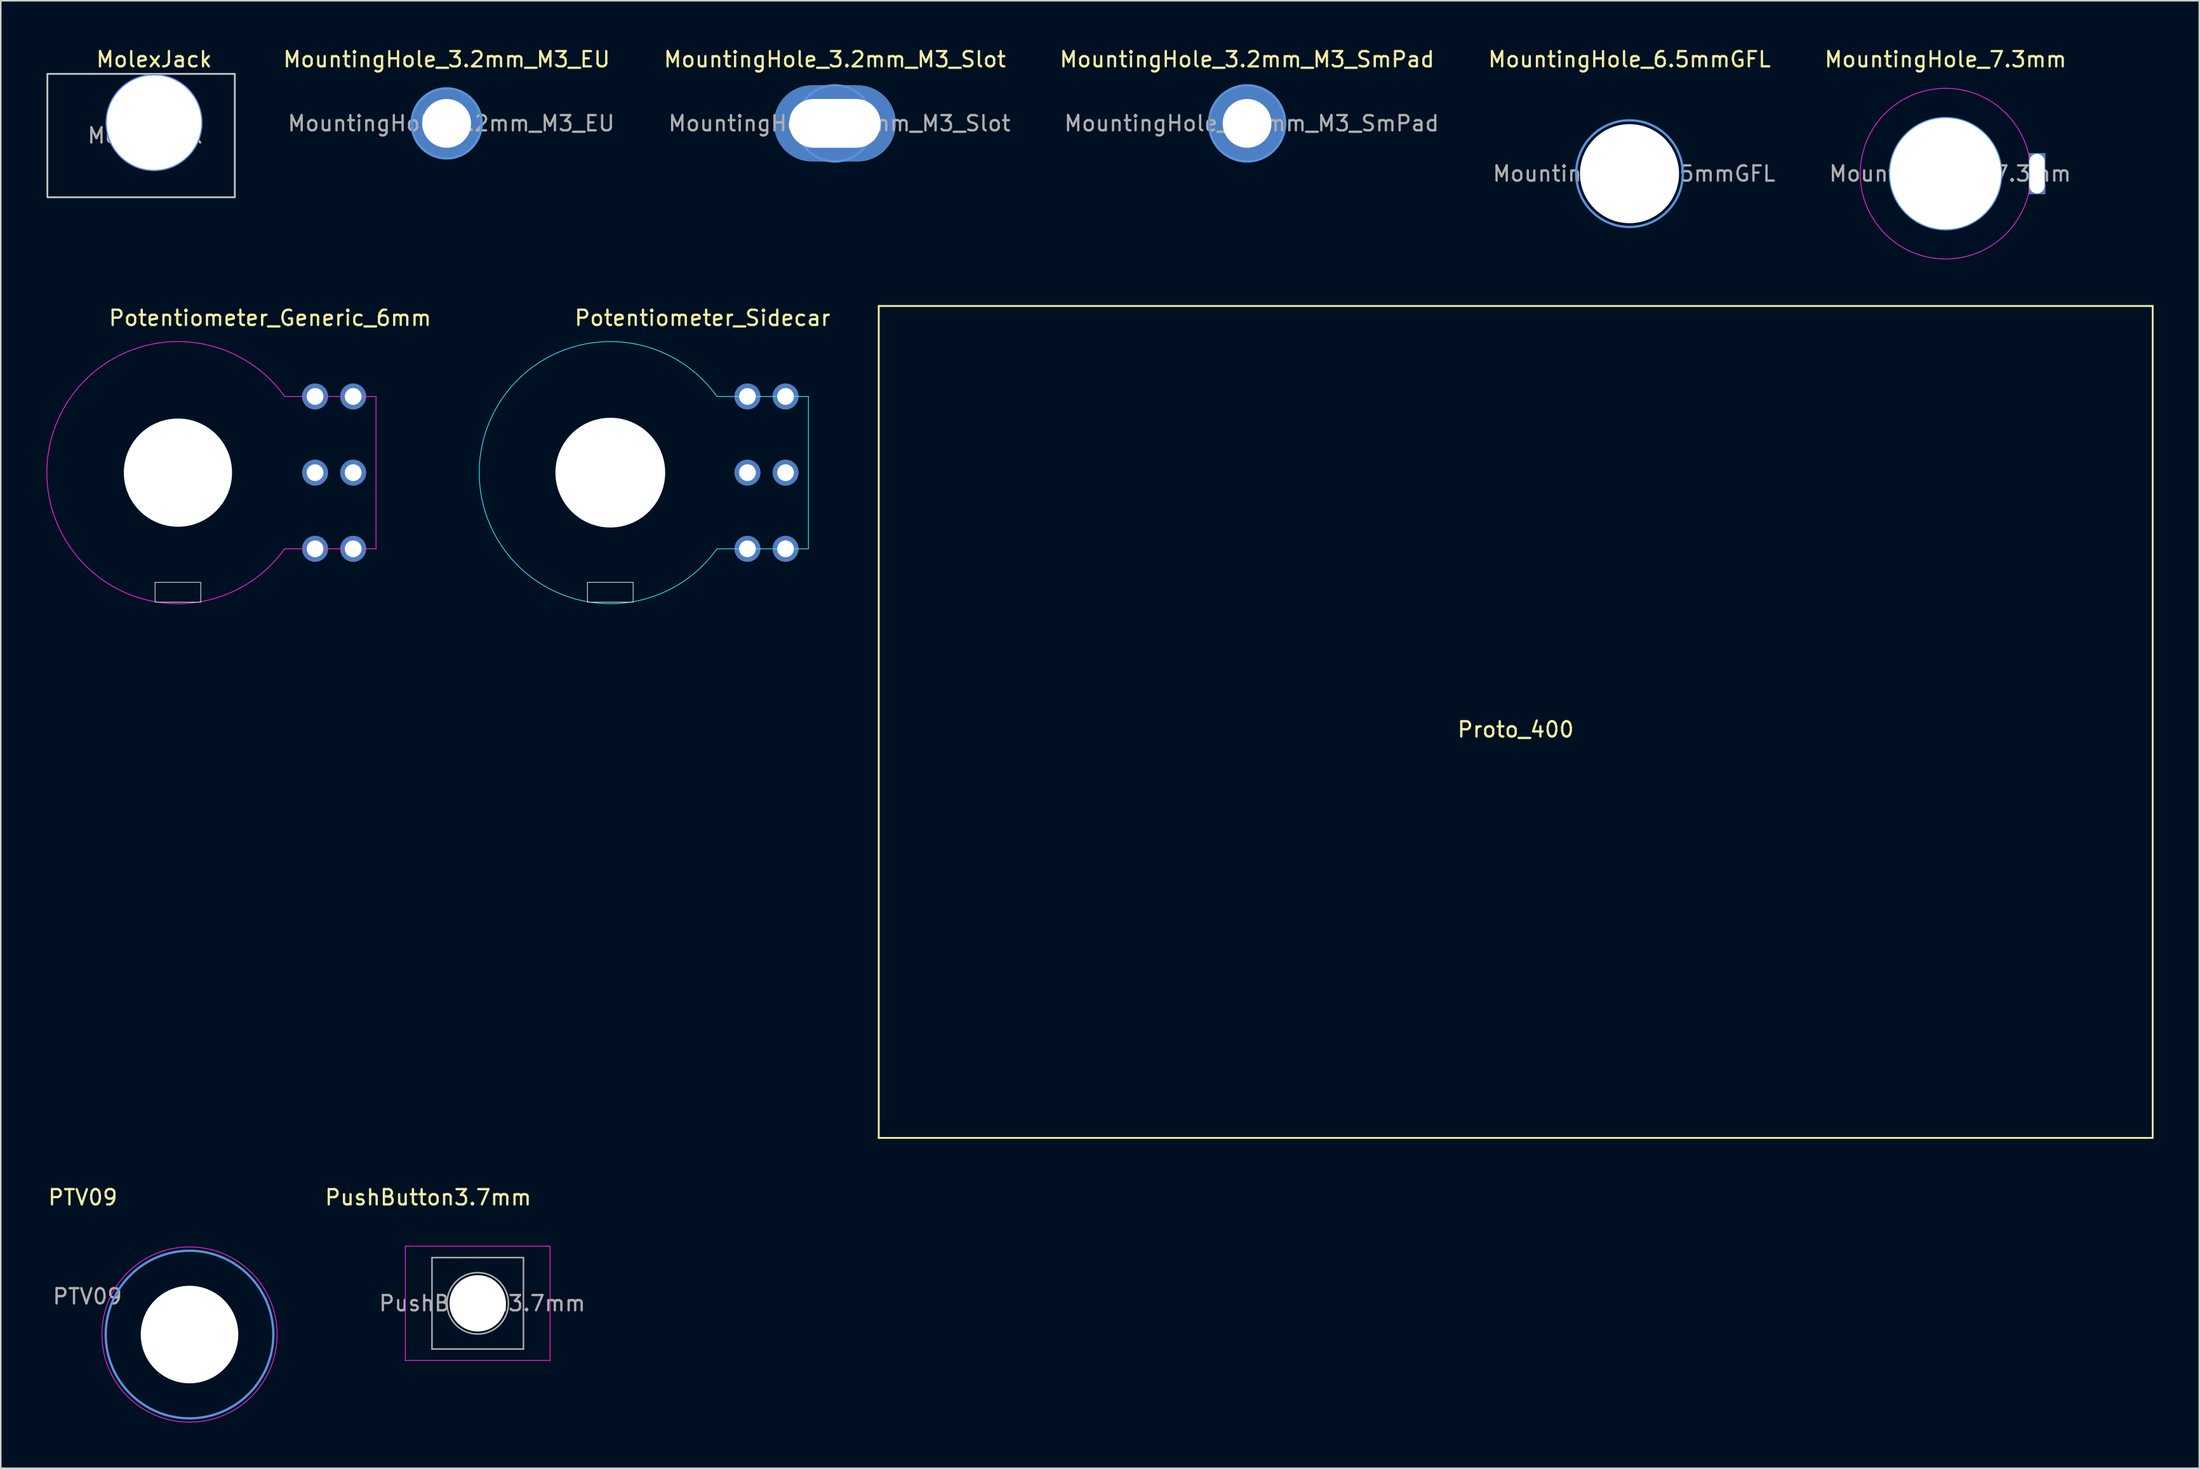
<source format=kicad_pcb>
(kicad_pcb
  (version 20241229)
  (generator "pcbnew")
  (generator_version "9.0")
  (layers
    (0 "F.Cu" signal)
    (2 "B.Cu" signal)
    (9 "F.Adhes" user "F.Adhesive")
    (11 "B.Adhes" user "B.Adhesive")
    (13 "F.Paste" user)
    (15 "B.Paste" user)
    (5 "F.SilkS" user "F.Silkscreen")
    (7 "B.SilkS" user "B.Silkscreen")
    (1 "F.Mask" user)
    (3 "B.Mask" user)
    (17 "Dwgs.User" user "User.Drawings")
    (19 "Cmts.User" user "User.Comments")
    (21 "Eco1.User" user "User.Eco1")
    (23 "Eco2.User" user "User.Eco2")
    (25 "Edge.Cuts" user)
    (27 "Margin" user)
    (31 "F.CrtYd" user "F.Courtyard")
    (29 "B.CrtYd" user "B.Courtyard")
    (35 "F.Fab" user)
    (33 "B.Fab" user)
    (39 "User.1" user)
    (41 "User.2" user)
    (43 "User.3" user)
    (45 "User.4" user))
  (footprint "MountingHole_3.2mm_M3_EU"
    (layer "F.Cu")
    (at 26.259 5.048)
    (property "Reference" "MountingHole_3.2mm_M3_EU" (at 0 -4.2 0) (layer "F.SilkS") (effects (font (size 1 1) (thickness 0.15))))
    (attr exclude_from_pos_files exclude_from_bom)
    (fp_circle (center 0 0) (end 2.3 0) (stroke (width 0.15) (type solid)) (fill no) (layer "Cmts.User"))
    (fp_circle (center 0 0) (end 2.3 0) (stroke (width 0.05) (type solid)) (fill no) (layer "F.CrtYd"))
    (fp_text user "${REFERENCE}" (at 0.3 0 0) (layer "F.Fab") (effects (font (size 1 1) (thickness 0.15))))
    (pad "1" thru_hole circle (at 0 0) (size 4.5 4.5) (drill 3.2) (layers "*.Cu" "*.Mask")))
  (footprint "MolexJack"
    (layer "F.Cu")
    (at 6.19 5.848)
    (property "Reference" "MolexJack" (at 0.87 -5 0) (layer "F.SilkS") (effects (font (size 1 1) (thickness 0.15))))
    (attr exclude_from_pos_files exclude_from_bom)
    (fp_rect (start -6.13 -4.05) (end 6.17 4.05) (stroke (width 0.12) (type solid)) (fill no) (layer "Dwgs.User"))
    (fp_circle (center 0.87 -0.85) (end 3.97 -0.85) (stroke (width 0.15) (type solid)) (fill no) (layer "Cmts.User"))
    (fp_circle (center 0.87 -0.85) (end 4.02 -0.85) (stroke (width 0.05) (type solid)) (fill no) (layer "F.CrtYd"))
    (fp_text user "${REFERENCE}" (at 0.3 0 0) (layer "F.Fab") (effects (font (size 1 1) (thickness 0.15))))
    (pad "" np_thru_hole circle (at 0.87 -0.85) (size 6.2 6.2) (drill 6.2) (layers "*.Cu" "*.Mask")))
  (footprint "MountingHole_7.3mm"
    (layer "F.Cu")
    (at 124.626 8.348)
    (property "Reference" "MountingHole_7.3mm" (at 0 -7.5 0) (layer "F.SilkS") (effects (font (size 1 1) (thickness 0.15))))
    (attr exclude_from_pos_files exclude_from_bom)
    (fp_circle (center 0 0) (end 3.65 0) (stroke (width 0.15) (type solid)) (fill no) (layer "Cmts.User"))
    (fp_circle (center 0 0) (end 5.6 0) (stroke (width 0.05) (type solid)) (fill no) (layer "F.CrtYd"))
    (fp_text user "${REFERENCE}" (at 0.3 0 0) (layer "F.Fab") (effects (font (size 1 1) (thickness 0.15))))
    (pad "" np_thru_hole circle (at 0 0) (size 7.3 7.3) (drill 7.3) (layers "*.Cu" "*.Mask"))
    (pad "" thru_hole rect (at 6 0) (size 1.1 2.7) (drill oval 1 2.6) (layers "*.Cu" "*.Mask")))
  (footprint "MountingHole_3.2mm_M3_SmPad"
    (layer "F.Cu")
    (at 78.788 5.048)
    (property "Reference" "MountingHole_3.2mm_M3_SmPad" (at 0 -4.2 0) (layer "F.SilkS") (effects (font (size 1 1) (thickness 0.15))))
    (attr exclude_from_pos_files exclude_from_bom)
    (fp_circle (center 0 0) (end 2.5 0) (stroke (width 0.15) (type solid)) (fill no) (layer "Cmts.User"))
    (fp_circle (center 0 0) (end 2.5 0) (stroke (width 0.05) (type solid)) (fill no) (layer "F.CrtYd"))
    (fp_text user "${REFERENCE}" (at 0.3 0 0) (layer "F.Fab") (effects (font (size 1 1) (thickness 0.15))))
    (pad "1" thru_hole circle (at 0 0) (size 5 5) (drill 3.2) (layers "*.Cu" "*.Mask")))
  (footprint "MountingHole_6.5mmGFL"
    (layer "F.Cu")
    (at 103.885 8.348)
    (property "Reference" "MountingHole_6.5mmGFL" (at 0 -7.5 0) (layer "F.SilkS") (effects (font (size 1 1) (thickness 0.15))))
    (attr exclude_from_pos_files exclude_from_bom)
    (fp_circle (center 0 0) (end 3.5 0) (stroke (width 0.15) (type solid)) (fill no) (layer "Cmts.User"))
    (fp_circle (center 0 0) (end 3.5 0) (stroke (width 0.05) (type solid)) (fill no) (layer "F.CrtYd"))
    (fp_text user "${REFERENCE}" (at 0.3 0 0) (layer "F.Fab") (effects (font (size 1 1) (thickness 0.15))))
    (pad "" np_thru_hole circle (at 0 0) (size 6.5 6.5) (drill 6.5) (layers "*.Cu" "*.Mask")))
  (footprint "PTV09"
    (layer "F.Cu")
    (at 2.387 82.041)
    (property "Reference" "PTV09" (at 0 -6.5 0) (layer "F.SilkS") (effects (font (size 1 1) (thickness 0.15))))
    (attr exclude_from_pos_files exclude_from_bom)
    (fp_circle (center 7 2.5) (end 12.5 2.5) (stroke (width 0.15) (type solid)) (fill no) (layer "Cmts.User"))
    (fp_circle (center 7 2.5) (end 12.75 2.5) (stroke (width 0.05) (type solid)) (fill no) (layer "F.CrtYd"))
    (fp_text user "${REFERENCE}" (at 0.3 0 0) (layer "F.Fab") (effects (font (size 1 1) (thickness 0.15))))
    (pad "" np_thru_hole circle (at 7 2.5) (size 6.4 6.4) (drill 6.4) (layers "*.Cu" "*.Mask")))
  (footprint "Potentiometer_Generic_6mm"
    (layer "F.Cu")
    (at 8.627 27.971)
    (property "Reference" "Potentiometer_Generic_6mm" (at 6.05 -10.15 0) (layer "F.SilkS") (effects (font (size 1 1) (thickness 0.15))))
    (attr through_hole)
    (fp_rect (start -1.5 7.2) (end 1.5 8.5) (stroke (width 0.05) (type default)) (fill no) (layer "Edge.Cuts"))
    (fp_line (start 7 -5) (end 13 -5) (stroke (width 0.05) (type default)) (layer "F.CrtYd"))
    (fp_line (start 13 -5) (end 13 5) (stroke (width 0.05) (type default)) (layer "F.CrtYd"))
    (fp_line (start 13 5) (end 7 5) (stroke (width 0.05) (type default)) (layer "F.CrtYd"))
    (fp_arc (start 7 5) (mid -8.602325 0) (end 7 -5) (stroke (width 0.05) (type default)) (layer "F.CrtYd"))
    (pad "" np_thru_hole circle (at 0 0) (size 7.1 7.1) (drill 7.1) (layers "*.Cu" "*.Mask"))
    (pad "1" thru_hole circle (at 11.5 5) (size 1.7 1.7) (drill 1.1) (layers "*.Cu" "*.Mask"))
    (pad "2" thru_hole circle (at 11.5 0) (size 1.7 1.7) (drill 1.1) (layers "*.Cu" "*.Mask"))
    (pad "3" thru_hole circle (at 11.5 -5) (size 1.7 1.7) (drill 1.1) (layers "*.Cu" "*.Mask"))
    (pad "4" thru_hole circle (at 9 5) (size 1.7 1.7) (drill 1.1) (layers "*.Cu" "*.Mask"))
    (pad "5" thru_hole circle (at 9 0) (size 1.7 1.7) (drill 1.1) (layers "*.Cu" "*.Mask"))
    (pad "6" thru_hole circle (at 9 -5) (size 1.7 1.7) (drill 1.1) (layers "*.Cu" "*.Mask")))
  (footprint "PushButton3.7mm"
    (layer "F.Cu")
    (at 25.049 80.242)
    (property "Reference" "PushButton3.7mm" (at 0 -4.7 0) (layer "F.SilkS") (effects (font (size 1 1) (thickness 0.15))))
    (attr exclude_from_pos_files exclude_from_bom)
    (fp_line (start -1.5 -1.5) (end -1.25 -1.5) (stroke (width 0.05) (type solid)) (layer "F.CrtYd"))
    (fp_line (start -1.5 -1.25) (end -1.5 -1.5) (stroke (width 0.05) (type solid)) (layer "F.CrtYd"))
    (fp_line (start -1.5 5.75) (end -1.5 -1.25) (stroke (width 0.05) (type solid)) (layer "F.CrtYd"))
    (fp_line (start -1.5 5.75) (end -1.5 6) (stroke (width 0.05) (type solid)) (layer "F.CrtYd"))
    (fp_line (start -1.5 6) (end -1.25 6) (stroke (width 0.05) (type solid)) (layer "F.CrtYd"))
    (fp_line (start -1.25 -1.5) (end 7.75 -1.5) (stroke (width 0.05) (type solid)) (layer "F.CrtYd"))
    (fp_line (start 7.75 -1.5) (end 8 -1.5) (stroke (width 0.05) (type solid)) (layer "F.CrtYd"))
    (fp_line (start 7.75 6) (end -1.25 6) (stroke (width 0.05) (type solid)) (layer "F.CrtYd"))
    (fp_line (start 7.75 6) (end 8 6) (stroke (width 0.05) (type solid)) (layer "F.CrtYd"))
    (fp_line (start 8 -1.5) (end 8 -1.25) (stroke (width 0.05) (type solid)) (layer "F.CrtYd"))
    (fp_line (start 8 -1.25) (end 8 5.75) (stroke (width 0.05) (type solid)) (layer "F.CrtYd"))
    (fp_line (start 8 6) (end 8 5.75) (stroke (width 0.05) (type solid)) (layer "F.CrtYd"))
    (fp_line (start 0.25 -0.75) (end 3.25 -0.75) (stroke (width 0.1) (type solid)) (layer "F.Fab"))
    (fp_line (start 0.25 5.25) (end 0.25 -0.75) (stroke (width 0.1) (type solid)) (layer "F.Fab"))
    (fp_line (start 3.25 -0.75) (end 6.25 -0.75) (stroke (width 0.1) (type solid)) (layer "F.Fab"))
    (fp_line (start 6.25 -0.75) (end 6.25 5.25) (stroke (width 0.1) (type solid)) (layer "F.Fab"))
    (fp_line (start 6.25 5.25) (end 0.25 5.25) (stroke (width 0.1) (type solid)) (layer "F.Fab"))
    (fp_circle (center 3.25 2.25) (end 1.25 2.5) (stroke (width 0.1) (type solid)) (fill no) (layer "F.Fab"))
    (fp_text user "${REFERENCE}" (at 3.55 2.25 0) (layer "F.Fab") (effects (font (size 1 1) (thickness 0.15))))
    (pad "" np_thru_hole circle (at 3.25 2.25) (size 3.7 3.7) (drill 3.7) (layers "*.Cu" "*.Mask")))
  (footprint "Potentiometer_Sidecar"
    (layer "F.Cu")
    (at 37.001 27.971)
    (property "Reference" "Potentiometer_Sidecar" (at 6.05 -10.15 0) (layer "F.SilkS") (effects (font (size 1 1) (thickness 0.15))))
    (attr through_hole)
    (fp_rect (start -1.5 7.2) (end 1.5 8.5) (stroke (width 0.05) (type default)) (fill no) (layer "Edge.Cuts"))
    (fp_line (start 7 -5) (end 13 -5) (stroke (width 0.05) (type default)) (layer "B.CrtYd"))
    (fp_line (start 13 -5) (end 13 5) (stroke (width 0.05) (type default)) (layer "B.CrtYd"))
    (fp_line (start 13 5) (end 7 5) (stroke (width 0.05) (type default)) (layer "B.CrtYd"))
    (fp_arc (start 7 5) (mid -8.602325 0) (end 7 -5) (stroke (width 0.05) (type default)) (layer "B.CrtYd"))
    (pad "" np_thru_hole circle (at 0 0) (size 7.2 7.2) (drill 7.2) (layers "*.Cu" "*.Mask"))
    (pad "1" thru_hole circle (at 11.5 5) (size 1.7 1.7) (drill 1.1) (layers "*.Cu" "*.Mask"))
    (pad "2" thru_hole circle (at 11.5 0) (size 1.7 1.7) (drill 1.1) (layers "*.Cu" "*.Mask"))
    (pad "3" thru_hole circle (at 11.5 -5) (size 1.7 1.7) (drill 1.1) (layers "*.Cu" "*.Mask"))
    (pad "4" thru_hole circle (at 9 5) (size 1.7 1.7) (drill 1.1) (layers "*.Cu" "*.Mask"))
    (pad "5" thru_hole circle (at 9 0) (size 1.7 1.7) (drill 1.1) (layers "*.Cu" "*.Mask"))
    (pad "6" thru_hole circle (at 9 -5) (size 1.7 1.7) (drill 1.1) (layers "*.Cu" "*.Mask")))
  (footprint "Proto_400"
    (layer "F.Cu")
    (at 96.417 44.333)
    (property "Reference" "Proto_400" (at 0 0.5 0) (layer "F.SilkS") (effects (font (size 1 1) (thickness 0.15))))
    (attr through_hole)
    (fp_line (start -41.8 -27.3) (end -41.8 27.3) (stroke (width 0.12) (type solid)) (layer "F.SilkS"))
    (fp_line (start -41.8 -27.3) (end 41.8 -27.3) (stroke (width 0.12) (type solid)) (layer "F.SilkS"))
    (fp_line (start -41.8 27.3) (end 41.8 27.3) (stroke (width 0.12) (type solid)) (layer "F.SilkS"))
    (fp_line (start 41.8 -27.3) (end 41.8 27.3) (stroke (width 0.12) (type solid)) (layer "F.SilkS")))
  (footprint "MountingHole_3.2mm_M3_Slot"
    (layer "F.Cu")
    (at 51.738 5.048)
    (property "Reference" "MountingHole_3.2mm_M3_Slot" (at 0 -4.2 0) (layer "F.SilkS") (effects (font (size 1 1) (thickness 0.15))))
    (attr exclude_from_pos_files exclude_from_bom)
    (fp_circle (center 0 0) (end 2.5 0) (stroke (width 0.15) (type solid)) (fill no) (layer "Cmts.User"))
    (fp_circle (center 0 0) (end 2.5 0) (stroke (width 0.05) (type solid)) (fill no) (layer "F.CrtYd"))
    (fp_text user "${REFERENCE}" (at 0.3 0 0) (layer "F.Fab") (effects (font (size 1 1) (thickness 0.15))))
    (pad "1" thru_hole oval (at 0 0) (size 8 5) (drill oval 6 3.2) (layers "*.Cu" "*.Mask")))
  (gr_rect
    (start -3 -3)
    (end 141.277 93.317)
    (stroke (width 0.1) (type default))
    (fill no)
    (layer "Edge.Cuts")))
</source>
